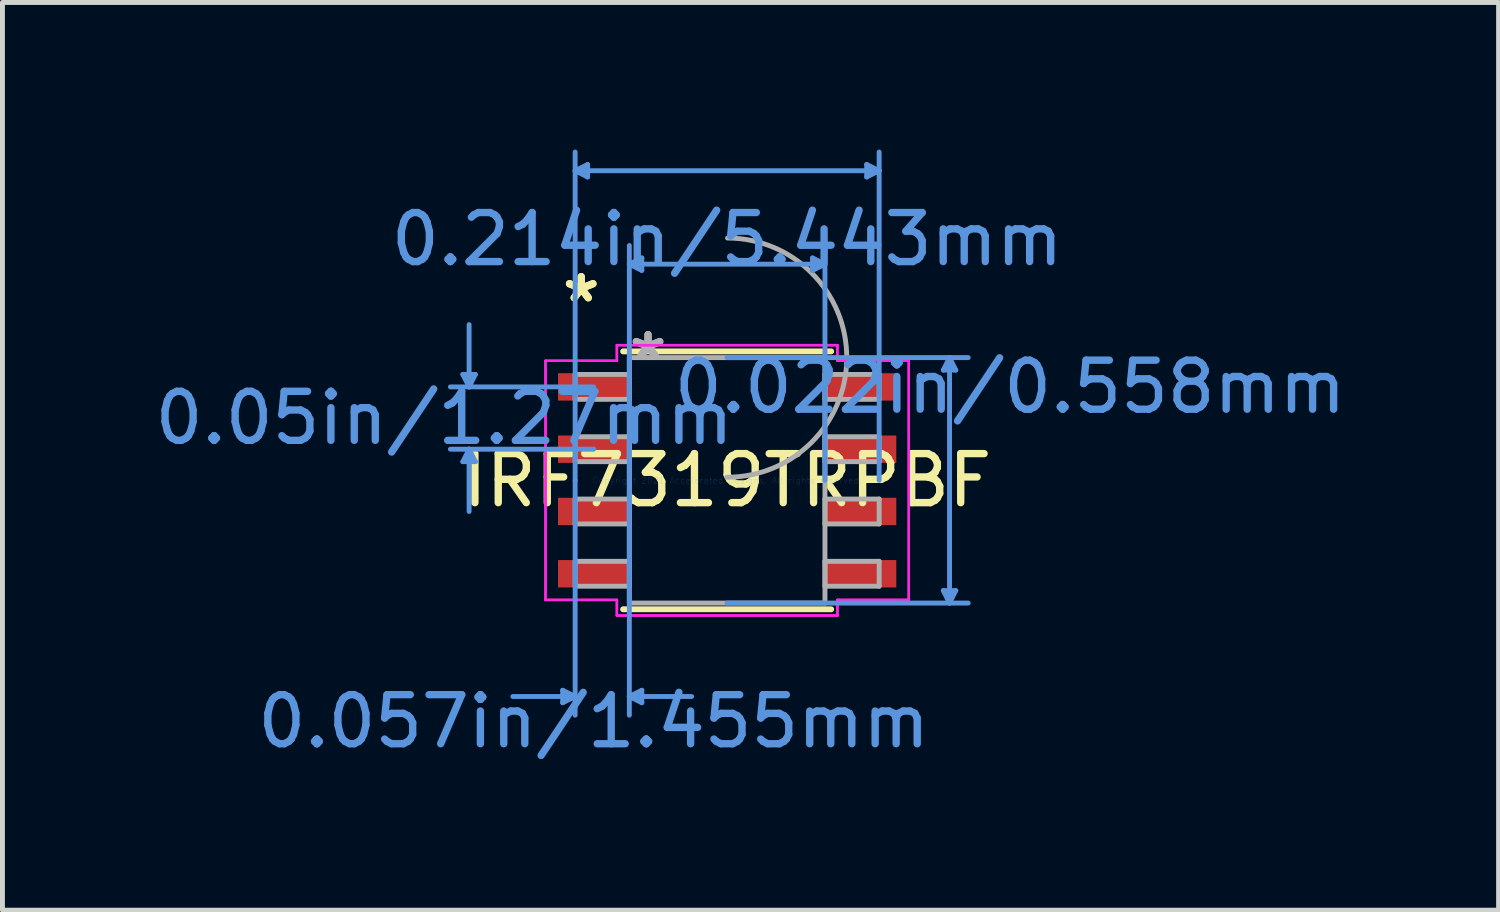
<source format=kicad_pcb>
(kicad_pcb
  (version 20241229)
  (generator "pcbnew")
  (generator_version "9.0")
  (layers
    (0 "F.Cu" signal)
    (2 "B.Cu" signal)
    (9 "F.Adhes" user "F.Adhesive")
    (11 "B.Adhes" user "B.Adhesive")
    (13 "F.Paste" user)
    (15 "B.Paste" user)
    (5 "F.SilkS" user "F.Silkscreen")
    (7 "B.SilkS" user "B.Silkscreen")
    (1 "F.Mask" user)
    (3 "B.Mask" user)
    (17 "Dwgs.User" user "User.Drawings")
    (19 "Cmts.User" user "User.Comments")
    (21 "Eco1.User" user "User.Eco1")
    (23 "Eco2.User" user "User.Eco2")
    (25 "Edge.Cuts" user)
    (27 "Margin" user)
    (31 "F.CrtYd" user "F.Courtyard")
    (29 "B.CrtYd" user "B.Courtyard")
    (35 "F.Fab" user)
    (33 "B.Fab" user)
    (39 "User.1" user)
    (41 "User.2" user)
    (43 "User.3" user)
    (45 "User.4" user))
  (footprint "IRF7319TRPBF"
    (layer "F.Cu")
    (at 11.775 6.743)
    (property "Reference" "IRF7319TRPBF" (at 0 0 0) (layer "F.SilkS") (effects (font (size 1 1) (thickness 0.15))))
    (attr through_hole)
    (fp_line (start -2.121 2.629) (end 2.121 2.629) (stroke (width 0.12) (type solid)) (layer "F.SilkS"))
    (fp_line (start 2.121 -2.629) (end -2.121 -2.629) (stroke (width 0.12) (type solid)) (layer "F.SilkS"))
    (fp_line (start -5.388 -2.159) (end -5.134 -2.159) (stroke (width 0.1) (type solid)) (layer "Cmts.User"))
    (fp_line (start -5.388 -0.381) (end -5.134 -0.381) (stroke (width 0.1) (type solid)) (layer "Cmts.User"))
    (fp_line (start -5.261 -1.905) (end -5.388 -2.159) (stroke (width 0.1) (type solid)) (layer "Cmts.User"))
    (fp_line (start -5.261 -1.905) (end -5.261 -3.175) (stroke (width 0.1) (type solid)) (layer "Cmts.User"))
    (fp_line (start -5.261 -1.905) (end -5.134 -2.159) (stroke (width 0.1) (type solid)) (layer "Cmts.User"))
    (fp_line (start -5.261 -0.635) (end -5.388 -0.381) (stroke (width 0.1) (type solid)) (layer "Cmts.User"))
    (fp_line (start -5.261 -0.635) (end -5.261 0.635) (stroke (width 0.1) (type solid)) (layer "Cmts.User"))
    (fp_line (start -5.261 -0.635) (end -5.134 -0.381) (stroke (width 0.1) (type solid)) (layer "Cmts.User"))
    (fp_line (start -3.353 4.28) (end -3.353 4.534) (stroke (width 0.1) (type solid)) (layer "Cmts.User"))
    (fp_line (start -3.099 -6.312) (end -2.845 -6.439) (stroke (width 0.1) (type solid)) (layer "Cmts.User"))
    (fp_line (start -3.099 -6.312) (end -2.845 -6.185) (stroke (width 0.1) (type solid)) (layer "Cmts.User"))
    (fp_line (start -3.099 -6.312) (end 3.099 -6.312) (stroke (width 0.1) (type solid)) (layer "Cmts.User"))
    (fp_line (start -3.099 0) (end -3.099 -6.693) (stroke (width 0.1) (type solid)) (layer "Cmts.User"))
    (fp_line (start -3.099 0) (end -3.099 4.788) (stroke (width 0.1) (type solid)) (layer "Cmts.User"))
    (fp_line (start -3.099 4.407) (end -4.369 4.407) (stroke (width 0.1) (type solid)) (layer "Cmts.User"))
    (fp_line (start -3.099 4.407) (end -3.353 4.28) (stroke (width 0.1) (type solid)) (layer "Cmts.User"))
    (fp_line (start -3.099 4.407) (end -3.353 4.534) (stroke (width 0.1) (type solid)) (layer "Cmts.User"))
    (fp_line (start -2.845 -6.439) (end -2.845 -6.185) (stroke (width 0.1) (type solid)) (layer "Cmts.User"))
    (fp_line (start -2.721 -1.905) (end -5.642 -1.905) (stroke (width 0.1) (type solid)) (layer "Cmts.User"))
    (fp_line (start -2.721 -0.635) (end -5.642 -0.635) (stroke (width 0.1) (type solid)) (layer "Cmts.User"))
    (fp_line (start -1.994 -4.407) (end -1.74 -4.534) (stroke (width 0.1) (type solid)) (layer "Cmts.User"))
    (fp_line (start -1.994 -4.407) (end -1.74 -4.28) (stroke (width 0.1) (type solid)) (layer "Cmts.User"))
    (fp_line (start -1.994 -4.407) (end 1.994 -4.407) (stroke (width 0.1) (type solid)) (layer "Cmts.User"))
    (fp_line (start -1.994 0) (end -1.994 -4.788) (stroke (width 0.1) (type solid)) (layer "Cmts.User"))
    (fp_line (start -1.994 0) (end -1.994 4.788) (stroke (width 0.1) (type solid)) (layer "Cmts.User"))
    (fp_line (start -1.994 4.407) (end -1.74 4.28) (stroke (width 0.1) (type solid)) (layer "Cmts.User"))
    (fp_line (start -1.994 4.407) (end -1.74 4.534) (stroke (width 0.1) (type solid)) (layer "Cmts.User"))
    (fp_line (start -1.994 4.407) (end -0.724 4.407) (stroke (width 0.1) (type solid)) (layer "Cmts.User"))
    (fp_line (start -1.74 -4.534) (end -1.74 -4.28) (stroke (width 0.1) (type solid)) (layer "Cmts.User"))
    (fp_line (start -1.74 4.28) (end -1.74 4.534) (stroke (width 0.1) (type solid)) (layer "Cmts.User"))
    (fp_line (start 0 -2.502) (end 4.915 -2.502) (stroke (width 0.1) (type solid)) (layer "Cmts.User"))
    (fp_line (start 0 2.502) (end 4.915 2.502) (stroke (width 0.1) (type solid)) (layer "Cmts.User"))
    (fp_line (start 1.74 -4.534) (end 1.74 -4.28) (stroke (width 0.1) (type solid)) (layer "Cmts.User"))
    (fp_line (start 1.994 -4.407) (end 1.74 -4.534) (stroke (width 0.1) (type solid)) (layer "Cmts.User"))
    (fp_line (start 1.994 -4.407) (end 1.74 -4.28) (stroke (width 0.1) (type solid)) (layer "Cmts.User"))
    (fp_line (start 1.994 0) (end 1.994 -4.788) (stroke (width 0.1) (type solid)) (layer "Cmts.User"))
    (fp_line (start 2.845 -6.439) (end 2.845 -6.185) (stroke (width 0.1) (type solid)) (layer "Cmts.User"))
    (fp_line (start 3.099 -6.312) (end 2.845 -6.439) (stroke (width 0.1) (type solid)) (layer "Cmts.User"))
    (fp_line (start 3.099 -6.312) (end 2.845 -6.185) (stroke (width 0.1) (type solid)) (layer "Cmts.User"))
    (fp_line (start 3.099 0) (end 3.099 -6.693) (stroke (width 0.1) (type solid)) (layer "Cmts.User"))
    (fp_line (start 4.407 -2.248) (end 4.661 -2.248) (stroke (width 0.1) (type solid)) (layer "Cmts.User"))
    (fp_line (start 4.407 2.248) (end 4.661 2.248) (stroke (width 0.1) (type solid)) (layer "Cmts.User"))
    (fp_line (start 4.534 -2.502) (end 4.407 -2.248) (stroke (width 0.1) (type solid)) (layer "Cmts.User"))
    (fp_line (start 4.534 -2.502) (end 4.534 2.502) (stroke (width 0.1) (type solid)) (layer "Cmts.User"))
    (fp_line (start 4.534 -2.502) (end 4.661 -2.248) (stroke (width 0.1) (type solid)) (layer "Cmts.User"))
    (fp_line (start 4.534 2.502) (end 4.407 2.248) (stroke (width 0.1) (type solid)) (layer "Cmts.User"))
    (fp_line (start 4.534 2.502) (end 4.661 2.248) (stroke (width 0.1) (type solid)) (layer "Cmts.User"))
    (fp_line (start -3.703 -2.438) (end -2.248 -2.438) (stroke (width 0.05) (type solid)) (layer "F.CrtYd"))
    (fp_line (start -3.703 -2.438) (end -2.248 -2.438) (stroke (width 0.05) (type solid)) (layer "F.CrtYd"))
    (fp_line (start -3.703 2.438) (end -3.703 -2.438) (stroke (width 0.05) (type solid)) (layer "F.CrtYd"))
    (fp_line (start -3.703 2.438) (end -3.703 -2.438) (stroke (width 0.05) (type solid)) (layer "F.CrtYd"))
    (fp_line (start -3.703 2.438) (end -2.248 2.438) (stroke (width 0.05) (type solid)) (layer "F.CrtYd"))
    (fp_line (start -2.248 -2.756) (end 2.248 -2.756) (stroke (width 0.05) (type solid)) (layer "F.CrtYd"))
    (fp_line (start -2.248 -2.756) (end 2.248 -2.756) (stroke (width 0.05) (type solid)) (layer "F.CrtYd"))
    (fp_line (start -2.248 -2.438) (end -2.248 -2.756) (stroke (width 0.05) (type solid)) (layer "F.CrtYd"))
    (fp_line (start -2.248 -2.438) (end -2.248 -2.756) (stroke (width 0.05) (type solid)) (layer "F.CrtYd"))
    (fp_line (start -2.248 2.438) (end -3.703 2.438) (stroke (width 0.05) (type solid)) (layer "F.CrtYd"))
    (fp_line (start -2.248 2.756) (end -2.248 2.438) (stroke (width 0.05) (type solid)) (layer "F.CrtYd"))
    (fp_line (start -2.248 2.756) (end -2.248 2.438) (stroke (width 0.05) (type solid)) (layer "F.CrtYd"))
    (fp_line (start 2.248 -2.756) (end 2.248 -2.438) (stroke (width 0.05) (type solid)) (layer "F.CrtYd"))
    (fp_line (start 2.248 -2.756) (end 2.248 -2.438) (stroke (width 0.05) (type solid)) (layer "F.CrtYd"))
    (fp_line (start 2.248 -2.438) (end 3.703 -2.438) (stroke (width 0.05) (type solid)) (layer "F.CrtYd"))
    (fp_line (start 2.248 2.438) (end 2.248 2.756) (stroke (width 0.05) (type solid)) (layer "F.CrtYd"))
    (fp_line (start 2.248 2.438) (end 2.248 2.756) (stroke (width 0.05) (type solid)) (layer "F.CrtYd"))
    (fp_line (start 2.248 2.756) (end -2.248 2.756) (stroke (width 0.05) (type solid)) (layer "F.CrtYd"))
    (fp_line (start 2.248 2.756) (end -2.248 2.756) (stroke (width 0.05) (type solid)) (layer "F.CrtYd"))
    (fp_line (start 3.703 -2.438) (end 2.248 -2.438) (stroke (width 0.05) (type solid)) (layer "F.CrtYd"))
    (fp_line (start 3.703 -2.438) (end 3.703 2.438) (stroke (width 0.05) (type solid)) (layer "F.CrtYd"))
    (fp_line (start 3.703 -2.438) (end 3.703 2.438) (stroke (width 0.05) (type solid)) (layer "F.CrtYd"))
    (fp_line (start 3.703 2.438) (end 2.248 2.438) (stroke (width 0.05) (type solid)) (layer "F.CrtYd"))
    (fp_line (start 3.703 2.438) (end 2.248 2.438) (stroke (width 0.05) (type solid)) (layer "F.CrtYd"))
    (fp_line (start -3.099 -2.159) (end -3.099 -1.651) (stroke (width 0.1) (type solid)) (layer "F.Fab"))
    (fp_line (start -3.099 -1.651) (end -1.994 -1.651) (stroke (width 0.1) (type solid)) (layer "F.Fab"))
    (fp_line (start -3.099 -0.889) (end -3.099 -0.381) (stroke (width 0.1) (type solid)) (layer "F.Fab"))
    (fp_line (start -3.099 -0.381) (end -1.994 -0.381) (stroke (width 0.1) (type solid)) (layer "F.Fab"))
    (fp_line (start -3.099 0.381) (end -3.099 0.889) (stroke (width 0.1) (type solid)) (layer "F.Fab"))
    (fp_line (start -3.099 0.889) (end -1.994 0.889) (stroke (width 0.1) (type solid)) (layer "F.Fab"))
    (fp_line (start -3.099 1.651) (end -3.099 2.159) (stroke (width 0.1) (type solid)) (layer "F.Fab"))
    (fp_line (start -3.099 2.159) (end -1.994 2.159) (stroke (width 0.1) (type solid)) (layer "F.Fab"))
    (fp_line (start -1.994 -2.502) (end -1.994 2.502) (stroke (width 0.1) (type solid)) (layer "F.Fab"))
    (fp_line (start -1.994 -2.159) (end -3.099 -2.159) (stroke (width 0.1) (type solid)) (layer "F.Fab"))
    (fp_line (start -1.994 -1.651) (end -1.994 -2.159) (stroke (width 0.1) (type solid)) (layer "F.Fab"))
    (fp_line (start -1.994 -0.889) (end -3.099 -0.889) (stroke (width 0.1) (type solid)) (layer "F.Fab"))
    (fp_line (start -1.994 -0.381) (end -1.994 -0.889) (stroke (width 0.1) (type solid)) (layer "F.Fab"))
    (fp_line (start -1.994 0.381) (end -3.099 0.381) (stroke (width 0.1) (type solid)) (layer "F.Fab"))
    (fp_line (start -1.994 0.889) (end -1.994 0.381) (stroke (width 0.1) (type solid)) (layer "F.Fab"))
    (fp_line (start -1.994 1.651) (end -3.099 1.651) (stroke (width 0.1) (type solid)) (layer "F.Fab"))
    (fp_line (start -1.994 2.159) (end -1.994 1.651) (stroke (width 0.1) (type solid)) (layer "F.Fab"))
    (fp_line (start -1.994 2.502) (end 1.994 2.502) (stroke (width 0.1) (type solid)) (layer "F.Fab"))
    (fp_line (start 1.994 -2.502) (end -1.994 -2.502) (stroke (width 0.1) (type solid)) (layer "F.Fab"))
    (fp_line (start 1.994 -2.159) (end 1.994 -1.651) (stroke (width 0.1) (type solid)) (layer "F.Fab"))
    (fp_line (start 1.994 -1.651) (end 3.099 -1.651) (stroke (width 0.1) (type solid)) (layer "F.Fab"))
    (fp_line (start 1.994 -0.889) (end 1.994 -0.381) (stroke (width 0.1) (type solid)) (layer "F.Fab"))
    (fp_line (start 1.994 -0.381) (end 3.099 -0.381) (stroke (width 0.1) (type solid)) (layer "F.Fab"))
    (fp_line (start 1.994 0.381) (end 1.994 0.889) (stroke (width 0.1) (type solid)) (layer "F.Fab"))
    (fp_line (start 1.994 0.889) (end 3.099 0.889) (stroke (width 0.1) (type solid)) (layer "F.Fab"))
    (fp_line (start 1.994 1.651) (end 1.994 2.159) (stroke (width 0.1) (type solid)) (layer "F.Fab"))
    (fp_line (start 1.994 2.159) (end 3.099 2.159) (stroke (width 0.1) (type solid)) (layer "F.Fab"))
    (fp_line (start 1.994 2.502) (end 1.994 -2.502) (stroke (width 0.1) (type solid)) (layer "F.Fab"))
    (fp_line (start 3.099 -2.159) (end 1.994 -2.159) (stroke (width 0.1) (type solid)) (layer "F.Fab"))
    (fp_line (start 3.099 -1.651) (end 3.099 -2.159) (stroke (width 0.1) (type solid)) (layer "F.Fab"))
    (fp_line (start 3.099 -0.889) (end 1.994 -0.889) (stroke (width 0.1) (type solid)) (layer "F.Fab"))
    (fp_line (start 3.099 -0.381) (end 3.099 -0.889) (stroke (width 0.1) (type solid)) (layer "F.Fab"))
    (fp_line (start 3.099 0.381) (end 1.994 0.381) (stroke (width 0.1) (type solid)) (layer "F.Fab"))
    (fp_line (start 3.099 0.889) (end 3.099 0.381) (stroke (width 0.1) (type solid)) (layer "F.Fab"))
    (fp_line (start 3.099 1.651) (end 1.994 1.651) (stroke (width 0.1) (type solid)) (layer "F.Fab"))
    (fp_line (start 3.099 2.159) (end 3.099 1.651) (stroke (width 0.1) (type solid)) (layer "F.Fab"))
    (fp_arc (start 0.007742 -4.940252) (mid 2.438352 -2.494158) (end -0.007742 -0.063548) (stroke (width 0.1) (type solid)) (layer "F.Fab"))
    (fp_text user "*" (at -2.975 -3.606 0) (layer "F.SilkS") (effects (font (size 1 1) (thickness 0.15))))
    (fp_text user "*" (at -2.975 -3.606 0) (layer "F.SilkS") (effects (font (size 1 1) (thickness 0.15))))
    (fp_text user "0.057in/1.455mm" (at -2.721 4.915 0) (layer "Cmts.User") (effects (font (size 1 1) (thickness 0.15))))
    (fp_text user "0.022in/0.558mm" (at 5.769 -1.905 0) (layer "Cmts.User") (effects (font (size 1 1) (thickness 0.15))))
    (fp_text user "0.214in/5.443mm" (at 0 -4.915 0) (layer "Cmts.User") (effects (font (size 1 1) (thickness 0.15))))
    (fp_text user "0.05in/1.27mm" (at -5.769 -1.27 0) (layer "Cmts.User") (effects (font (size 1 1) (thickness 0.15))))
    (fp_text user "Copyright 2021 Accelerated Designs. All rights reserved." (at 0 0 0) (layer "Cmts.User") (effects (font (size 0.127 0.127) (thickness 0.002))))
    (fp_text user "*" (at -1.613 -2.426 0) (layer "F.Fab") (effects (font (size 1 1) (thickness 0.15))))
    (fp_text user "*" (at -1.613 -2.426 0) (layer "F.Fab") (effects (font (size 1 1) (thickness 0.15))))
    (pad "1" smd rect (at -2.721 -1.905) (size 1.455 0.558) (layers "F.Cu" "F.Mask" "F.Paste"))
    (pad "2" smd rect (at -2.721 -0.635) (size 1.455 0.558) (layers "F.Cu" "F.Mask" "F.Paste"))
    (pad "3" smd rect (at -2.721 0.635) (size 1.455 0.558) (layers "F.Cu" "F.Mask" "F.Paste"))
    (pad "4" smd rect (at -2.721 1.905) (size 1.455 0.558) (layers "F.Cu" "F.Mask" "F.Paste"))
    (pad "5" smd rect (at 2.721 1.905) (size 1.455 0.558) (layers "F.Cu" "F.Mask" "F.Paste"))
    (pad "6" smd rect (at 2.721 0.635) (size 1.455 0.558) (layers "F.Cu" "F.Mask" "F.Paste"))
    (pad "7" smd rect (at 2.721 -0.635) (size 1.455 0.558) (layers "F.Cu" "F.Mask" "F.Paste"))
    (pad "8" smd rect (at 2.721 -1.905) (size 1.455 0.558) (layers "F.Cu" "F.Mask" "F.Paste")))
  (gr_rect
    (start -3 -3)
    (end 27.503 15.506)
    (stroke (width 0.1) (type default))
    (fill no)
    (layer "Edge.Cuts")))
</source>
